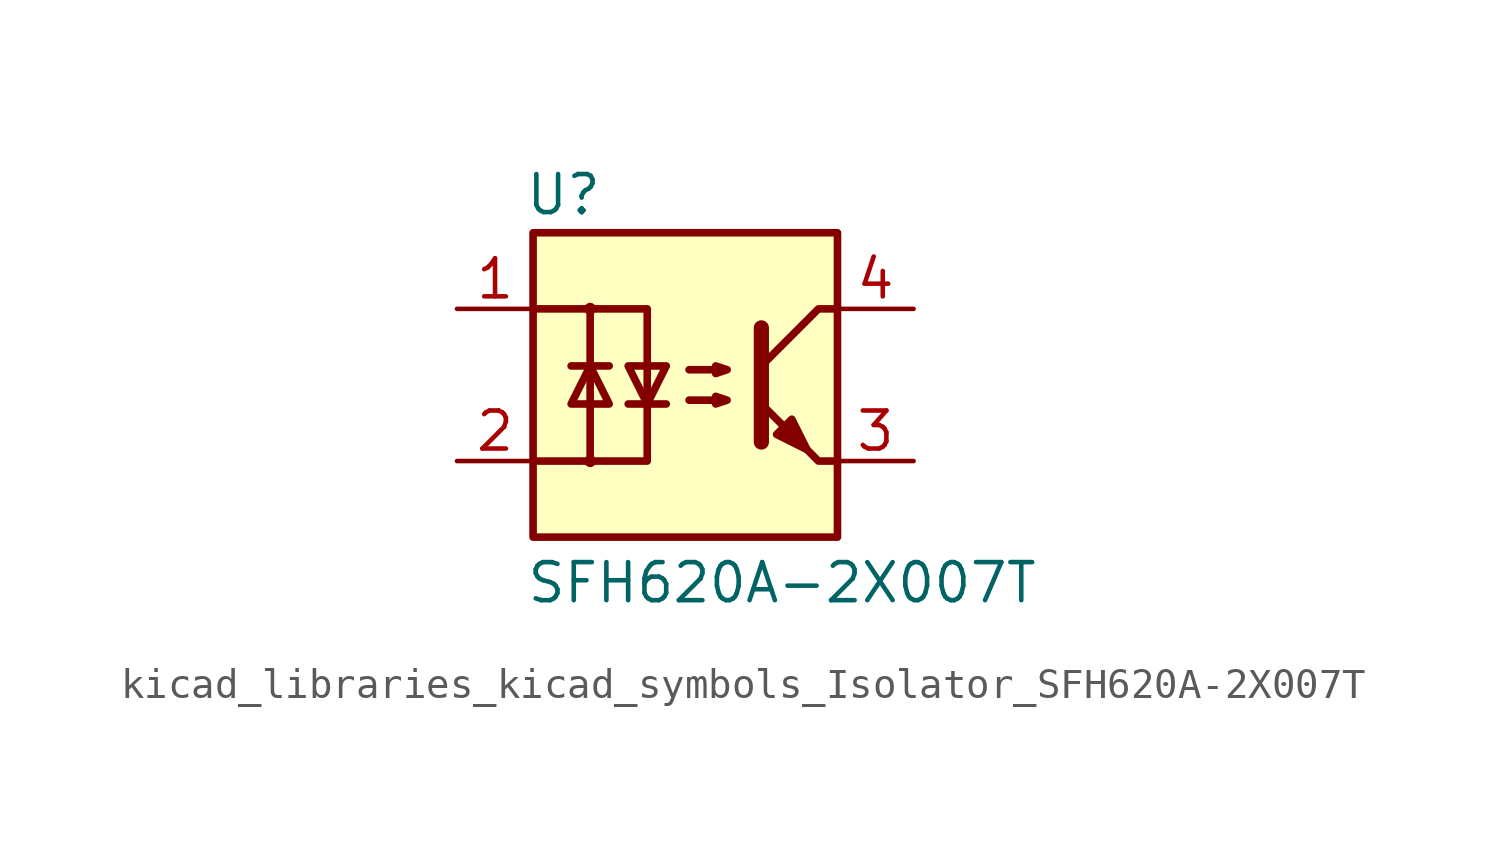
<source format=kicad_sym>
(kicad_symbol_lib
  (version 20220914)
  (generator kicad_symbol_editor)
  (symbol "kicad_libraries_kicad_symbols_Isolator_SFH620A-2X007T"
    (pin_names
      (offset 1.016))
    (property "Reference" "U"
      (at -4.064 6.35 0)
      (effects (font (size 1.27 1.27))))
    (property "Value" "SFH620A-2X007T"
      (at -5.334 -6.604 0)
      (effects (font (size 1.27 1.27)) (justify left)))
    (symbol "kicad_libraries_kicad_symbols_Isolator_SFH620A-2X007T_1_1"
      (rectangle (start -5.08 5.08) (end 5.08 -5.08) (stroke (width 0.254) (type default)) (fill (type background)))
      (circle (center -3.175 -2.54) (radius 0.127) (stroke (width 0) (type default)) (fill (type none)))
      (circle (center -3.175 2.54) (radius 0.127) (stroke (width 0) (type default)) (fill (type none)))
      (polyline (pts (xy -3.81 0.635) (xy -2.54 0.635)) (stroke (width 0.254) (type default)) (fill (type none)))
      (polyline (pts (xy -1.905 -0.635) (xy -0.635 -0.635)) (stroke (width 0.254) (type default)) (fill (type none)))
      (polyline (pts (xy 2.54 1.905) (xy 2.54 -1.905) (xy 2.54 -1.905)) (stroke (width 0.508) (type default)) (fill (type none)))
      (polyline (pts (xy 5.08 -2.54) (xy 4.445 -2.54) (xy 2.54 -0.635)) (stroke (width 0.254) (type default)) (fill (type none)))
      (polyline (pts (xy 5.08 2.54) (xy 4.445 2.54) (xy 2.54 0.635)) (stroke (width 0.254) (type default)) (fill (type none)))
      (polyline (pts (xy -5.08 2.54) (xy -3.175 2.54) (xy -3.175 -2.54) (xy -5.08 -2.54)) (stroke (width 0.254) (type default)) (fill (type none)))
      (polyline (pts (xy -3.175 -2.54) (xy -1.27 -2.54) (xy -1.27 2.54) (xy -3.175 2.54)) (stroke (width 0.254) (type default)) (fill (type none)))
      (polyline (pts (xy -3.175 0.635) (xy -3.81 -0.635) (xy -2.54 -0.635) (xy -3.175 0.635)) (stroke (width 0.254) (type default)) (fill (type none)))
      (polyline (pts (xy -1.27 -0.635) (xy -1.905 0.635) (xy -0.635 0.635) (xy -1.27 -0.635)) (stroke (width 0.254) (type default)) (fill (type none)))
      (polyline (pts (xy 0.127 -0.508) (xy 1.397 -0.508) (xy 1.016 -0.635) (xy 1.016 -0.381) (xy 1.397 -0.508)) (stroke (width 0.254) (type default)) (fill (type none)))
      (polyline (pts (xy 0.127 0.508) (xy 1.397 0.508) (xy 1.016 0.381) (xy 1.016 0.635) (xy 1.397 0.508)) (stroke (width 0.254) (type default)) (fill (type none)))
      (polyline (pts (xy 3.048 -1.651) (xy 3.556 -1.143) (xy 4.064 -2.159) (xy 3.048 -1.651) (xy 3.048 -1.651)) (stroke (width 0.254) (type default)) (fill (type outline)))
      (pin passive line (at -7.62 2.54 0) (length 2.54) (name "~" (effects (font (size 1.27 1.27)))) (number "1" (effects (font (size 1.27 1.27)))))
      (pin passive line (at -7.62 -2.54 0) (length 2.54) (name "~" (effects (font (size 1.27 1.27)))) (number "2" (effects (font (size 1.27 1.27)))))
      (pin passive line (at 7.62 -2.54 180) (length 2.54) (name "~" (effects (font (size 1.27 1.27)))) (number "3" (effects (font (size 1.27 1.27)))))
      (pin passive line (at 7.62 2.54 180) (length 2.54) (name "~" (effects (font (size 1.27 1.27)))) (number "4" (effects (font (size 1.27 1.27))))))))
</source>
